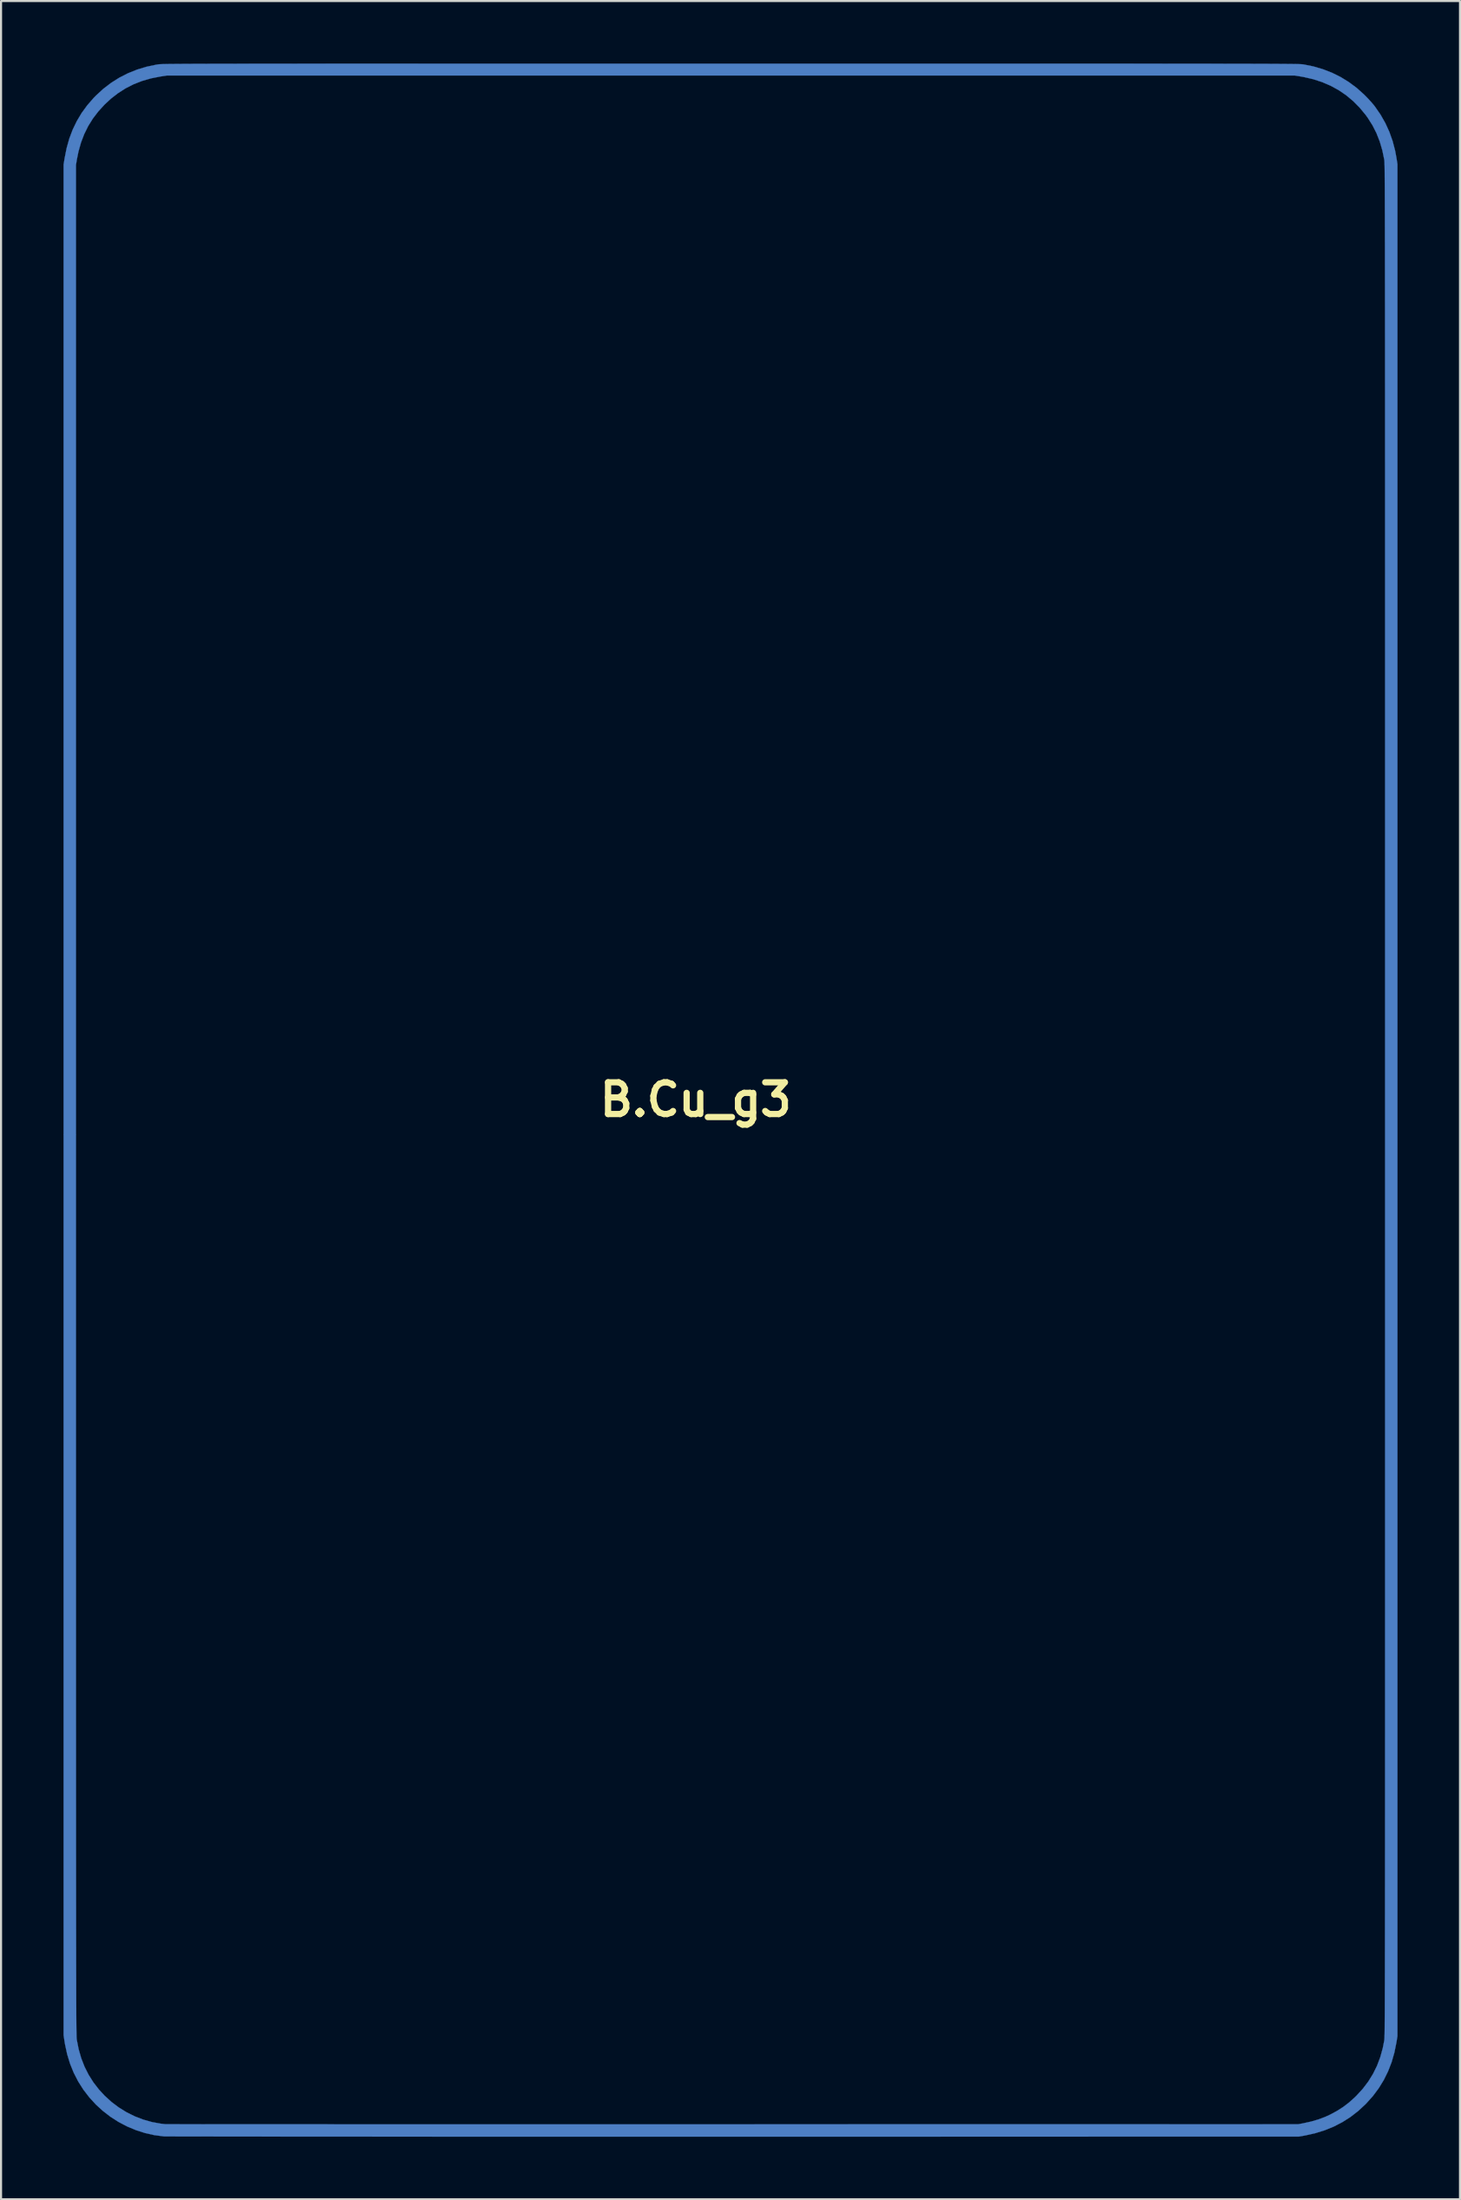
<source format=kicad_pcb>
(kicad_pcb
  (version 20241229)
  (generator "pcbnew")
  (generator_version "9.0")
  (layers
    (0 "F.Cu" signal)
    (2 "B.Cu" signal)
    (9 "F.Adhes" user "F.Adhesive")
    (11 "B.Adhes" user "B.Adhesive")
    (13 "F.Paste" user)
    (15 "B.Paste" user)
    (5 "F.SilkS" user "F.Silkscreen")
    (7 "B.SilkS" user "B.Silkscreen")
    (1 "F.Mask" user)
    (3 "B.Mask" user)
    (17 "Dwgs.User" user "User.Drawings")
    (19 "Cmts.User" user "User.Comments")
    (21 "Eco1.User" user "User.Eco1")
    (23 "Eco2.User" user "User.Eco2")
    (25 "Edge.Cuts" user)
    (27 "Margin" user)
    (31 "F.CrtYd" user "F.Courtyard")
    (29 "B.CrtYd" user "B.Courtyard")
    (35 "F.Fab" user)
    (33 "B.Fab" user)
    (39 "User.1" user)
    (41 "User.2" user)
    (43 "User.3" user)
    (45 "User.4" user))
  (footprint "B.Cu_g3"
    (layer "F.Cu")
    (at 30.369 49.757)
    (property "Reference" "B.Cu_g3" (at 0 0 0) (layer "F.SilkS") (effects (font (size 1.524 1.524) (thickness 0.3))))
    (attr through_hole)
    (fp_poly (pts (xy 2.979 -49.752) (xy 4.233 -49.752) (xy 5.446 -49.752) (xy 6.619 -49.752) (xy 7.752 -49.752) (xy 8.847 -49.752) (xy 9.903 -49.752) (xy 10.922 -49.752) (xy 11.904 -49.752) (xy 12.849 -49.752) (xy 13.76 -49.752) (xy 14.635 -49.752) (xy 15.476 -49.752) (xy 16.284 -49.752) (xy 17.059 -49.751) (xy 17.803 -49.751) (xy 18.514 -49.751) (xy 19.196 -49.751) (xy 19.847 -49.751) (xy 20.468 -49.751) (xy 21.062 -49.75) (xy 21.627 -49.75) (xy 22.165 -49.75) (xy 22.677 -49.749) (xy 23.162 -49.749) (xy 23.623 -49.749) (xy 24.059 -49.748) (xy 24.471 -49.748) (xy 24.86 -49.747) (xy 25.226 -49.747) (xy 25.571 -49.746) (xy 25.895 -49.746) (xy 26.198 -49.745) (xy 26.482 -49.745) (xy 26.746 -49.744) (xy 26.993 -49.743) (xy 27.221 -49.743) (xy 27.433 -49.742) (xy 27.629 -49.741) (xy 27.808 -49.74) (xy 27.973 -49.739) (xy 28.124 -49.738) (xy 28.261 -49.737) (xy 28.386 -49.736) (xy 28.498 -49.735) (xy 28.599 -49.734) (xy 28.689 -49.733) (xy 28.769 -49.732) (xy 28.839 -49.731) (xy 28.901 -49.729) (xy 28.955 -49.728) (xy 29.001 -49.727) (xy 29.041 -49.725) (xy 29.075 -49.724) (xy 29.103 -49.722) (xy 29.127 -49.72) (xy 29.147 -49.719) (xy 29.164 -49.717) (xy 29.178 -49.715) (xy 29.189 -49.714) (xy 29.667 -49.618) (xy 30.126 -49.484) (xy 30.563 -49.314) (xy 30.981 -49.107) (xy 31.377 -48.863) (xy 31.753 -48.583) (xy 32.107 -48.265) (xy 32.164 -48.209) (xy 32.27 -48.1) (xy 32.378 -47.983) (xy 32.481 -47.868) (xy 32.569 -47.765) (xy 32.622 -47.697) (xy 32.893 -47.306) (xy 33.125 -46.899) (xy 33.319 -46.475) (xy 33.476 -46.032) (xy 33.597 -45.569) (xy 33.659 -45.233) (xy 33.708 -44.926) (xy 33.708 44.969) (xy 33.658 45.276) (xy 33.561 45.758) (xy 33.428 46.219) (xy 33.258 46.657) (xy 33.053 47.073) (xy 32.811 47.468) (xy 32.533 47.841) (xy 32.218 48.194) (xy 32.163 48.25) (xy 31.817 48.569) (xy 31.452 48.851) (xy 31.066 49.097) (xy 30.659 49.308) (xy 30.229 49.484) (xy 29.775 49.626) (xy 29.295 49.735) (xy 29.225 49.748) (xy 28.967 49.794) (xy 1.799 49.796) (xy 0.726 49.797) (xy -0.337 49.797) (xy -1.389 49.797) (xy -2.43 49.797) (xy -3.458 49.797) (xy -4.474 49.797) (xy -5.475 49.797) (xy -6.462 49.797) (xy -7.433 49.796) (xy -8.388 49.796) (xy -9.325 49.796) (xy -10.245 49.796) (xy -11.146 49.796) (xy -12.028 49.796) (xy -12.889 49.795) (xy -13.729 49.795) (xy -14.547 49.795) (xy -15.343 49.795) (xy -16.115 49.794) (xy -16.862 49.794) (xy -17.585 49.794) (xy -18.281 49.793) (xy -18.951 49.793) (xy -19.594 49.793) (xy -20.208 49.792) (xy -20.793 49.792) (xy -21.348 49.791) (xy -21.873 49.791) (xy -22.366 49.79) (xy -22.827 49.79) (xy -23.255 49.789) (xy -23.648 49.789) (xy -24.007 49.788) (xy -24.331 49.788) (xy -24.619 49.787) (xy -24.869 49.787) (xy -25.081 49.786) (xy -25.255 49.786) (xy -25.389 49.785) (xy -25.483 49.784) (xy -25.536 49.784) (xy -25.548 49.783) (xy -26.007 49.723) (xy -26.458 49.621) (xy -26.897 49.48) (xy -27.324 49.301) (xy -27.733 49.085) (xy -28.124 48.834) (xy -28.492 48.548) (xy -28.808 48.259) (xy -29.129 47.909) (xy -29.415 47.537) (xy -29.664 47.144) (xy -29.877 46.729) (xy -30.054 46.293) (xy -30.193 45.836) (xy -30.296 45.359) (xy -30.315 45.244) (xy -30.364 44.926) (xy -30.364 -44.884) (xy -29.771 -44.884) (xy -29.771 1.668) (xy -29.771 3.294) (xy -29.771 4.879) (xy -29.771 6.424) (xy -29.771 7.928) (xy -29.771 9.392) (xy -29.771 10.818) (xy -29.771 12.204) (xy -29.771 13.553) (xy -29.771 14.864) (xy -29.771 16.138) (xy -29.771 17.376) (xy -29.771 18.577) (xy -29.771 19.744) (xy -29.771 20.875) (xy -29.77 21.972) (xy -29.77 23.035) (xy -29.77 24.065) (xy -29.77 25.063) (xy -29.77 26.028) (xy -29.77 26.961) (xy -29.77 27.863) (xy -29.77 28.735) (xy -29.77 29.577) (xy -29.769 30.389) (xy -29.769 31.172) (xy -29.769 31.926) (xy -29.769 32.653) (xy -29.769 33.352) (xy -29.768 34.024) (xy -29.768 34.67) (xy -29.768 35.291) (xy -29.768 35.885) (xy -29.767 36.456) (xy -29.767 37.002) (xy -29.767 37.524) (xy -29.766 38.023) (xy -29.766 38.5) (xy -29.765 38.954) (xy -29.765 39.387) (xy -29.765 39.799) (xy -29.764 40.19) (xy -29.764 40.562) (xy -29.763 40.914) (xy -29.763 41.247) (xy -29.762 41.562) (xy -29.762 41.859) (xy -29.761 42.139) (xy -29.76 42.402) (xy -29.76 42.649) (xy -29.759 42.88) (xy -29.759 43.096) (xy -29.758 43.298) (xy -29.757 43.485) (xy -29.756 43.659) (xy -29.756 43.82) (xy -29.755 43.968) (xy -29.754 44.104) (xy -29.753 44.229) (xy -29.752 44.343) (xy -29.751 44.447) (xy -29.75 44.541) (xy -29.749 44.625) (xy -29.748 44.701) (xy -29.747 44.769) (xy -29.746 44.829) (xy -29.745 44.882) (xy -29.744 44.928) (xy -29.743 44.968) (xy -29.742 45.003) (xy -29.74 45.032) (xy -29.739 45.058) (xy -29.738 45.079) (xy -29.737 45.096) (xy -29.735 45.111) (xy -29.734 45.124) (xy -29.732 45.135) (xy -29.732 45.138) (xy -29.642 45.595) (xy -29.518 46.028) (xy -29.358 46.438) (xy -29.162 46.826) (xy -28.93 47.193) (xy -28.662 47.539) (xy -28.396 47.827) (xy -28.066 48.128) (xy -27.712 48.395) (xy -27.338 48.626) (xy -26.945 48.821) (xy -26.537 48.978) (xy -26.115 49.097) (xy -25.682 49.175) (xy -25.474 49.198) (xy -25.45 49.198) (xy -25.384 49.199) (xy -25.277 49.199) (xy -25.13 49.199) (xy -24.945 49.199) (xy -24.721 49.2) (xy -24.459 49.2) (xy -24.16 49.2) (xy -23.826 49.2) (xy -23.456 49.201) (xy -23.052 49.201) (xy -22.615 49.201) (xy -22.144 49.201) (xy -21.642 49.201) (xy -21.108 49.202) (xy -20.544 49.202) (xy -19.95 49.202) (xy -19.328 49.202) (xy -18.677 49.202) (xy -17.999 49.202) (xy -17.295 49.203) (xy -16.565 49.203) (xy -15.81 49.203) (xy -15.032 49.203) (xy -14.229 49.203) (xy -13.405 49.203) (xy -12.559 49.203) (xy -11.691 49.203) (xy -10.804 49.203) (xy -9.898 49.203) (xy -8.973 49.203) (xy -8.03 49.203) (xy -7.07 49.203) (xy -6.094 49.203) (xy -5.103 49.203) (xy -4.098 49.203) (xy -3.078 49.203) (xy -2.046 49.203) (xy -1.001 49.203) (xy 0.055 49.203) (xy 1.121 49.203) (xy 1.778 49.203) (xy 28.945 49.2) (xy 29.178 49.156) (xy 29.562 49.071) (xy 29.913 48.969) (xy 30.238 48.847) (xy 30.469 48.741) (xy 30.799 48.564) (xy 31.099 48.373) (xy 31.38 48.159) (xy 31.653 47.914) (xy 31.741 47.828) (xy 32.044 47.497) (xy 32.309 47.148) (xy 32.537 46.778) (xy 32.729 46.389) (xy 32.884 45.977) (xy 33.004 45.543) (xy 33.077 45.17) (xy 33.078 45.16) (xy 33.079 45.148) (xy 33.081 45.134) (xy 33.082 45.117) (xy 33.083 45.096) (xy 33.085 45.071) (xy 33.086 45.042) (xy 33.087 45.008) (xy 33.088 44.968) (xy 33.089 44.922) (xy 33.091 44.869) (xy 33.092 44.809) (xy 33.093 44.742) (xy 33.094 44.666) (xy 33.095 44.581) (xy 33.096 44.487) (xy 33.096 44.383) (xy 33.097 44.269) (xy 33.098 44.143) (xy 33.099 44.007) (xy 33.1 43.858) (xy 33.101 43.697) (xy 33.101 43.522) (xy 33.102 43.334) (xy 33.103 43.132) (xy 33.103 42.915) (xy 33.104 42.684) (xy 33.105 42.436) (xy 33.105 42.172) (xy 33.106 41.891) (xy 33.106 41.593) (xy 33.107 41.277) (xy 33.107 40.943) (xy 33.108 40.59) (xy 33.108 40.217) (xy 33.109 39.825) (xy 33.109 39.411) (xy 33.11 38.977) (xy 33.11 38.521) (xy 33.11 38.043) (xy 33.111 37.543) (xy 33.111 37.019) (xy 33.111 36.472) (xy 33.112 35.9) (xy 33.112 35.303) (xy 33.112 34.682) (xy 33.113 34.034) (xy 33.113 33.36) (xy 33.113 32.659) (xy 33.113 31.931) (xy 33.113 31.174) (xy 33.114 30.389) (xy 33.114 29.575) (xy 33.114 28.732) (xy 33.114 27.858) (xy 33.114 26.954) (xy 33.114 26.019) (xy 33.114 25.052) (xy 33.115 24.052) (xy 33.115 23.02) (xy 33.115 21.955) (xy 33.115 20.855) (xy 33.115 19.722) (xy 33.115 18.553) (xy 33.115 17.349) (xy 33.115 16.109) (xy 33.115 14.833) (xy 33.115 13.52) (xy 33.115 12.169) (xy 33.115 10.78) (xy 33.115 9.352) (xy 33.115 7.885) (xy 33.115 6.378) (xy 33.115 4.832) (xy 33.115 3.244) (xy 33.115 1.615) (xy 33.115 0.011) (xy 33.115 -1.658) (xy 33.115 -3.285) (xy 33.115 -4.871) (xy 33.115 -6.416) (xy 33.115 -7.921) (xy 33.115 -9.386) (xy 33.115 -10.812) (xy 33.115 -12.199) (xy 33.115 -13.549) (xy 33.115 -14.86) (xy 33.115 -16.135) (xy 33.115 -17.373) (xy 33.115 -18.576) (xy 33.115 -19.743) (xy 33.115 -20.875) (xy 33.115 -21.973) (xy 33.115 -23.036) (xy 33.115 -24.067) (xy 33.115 -25.065) (xy 33.114 -26.031) (xy 33.114 -26.965) (xy 33.114 -27.867) (xy 33.114 -28.74) (xy 33.114 -29.582) (xy 33.114 -30.394) (xy 33.113 -31.178) (xy 33.113 -31.933) (xy 33.113 -32.66) (xy 33.113 -33.36) (xy 33.113 -34.033) (xy 33.112 -34.679) (xy 33.112 -35.3) (xy 33.112 -35.895) (xy 33.112 -36.466) (xy 33.111 -37.012) (xy 33.111 -37.535) (xy 33.111 -38.034) (xy 33.11 -38.511) (xy 33.11 -38.966) (xy 33.109 -39.399) (xy 33.109 -39.811) (xy 33.108 -40.203) (xy 33.108 -40.575) (xy 33.108 -40.927) (xy 33.107 -41.26) (xy 33.106 -41.575) (xy 33.106 -41.873) (xy 33.105 -42.152) (xy 33.105 -42.415) (xy 33.104 -42.662) (xy 33.103 -42.894) (xy 33.103 -43.11) (xy 33.102 -43.311) (xy 33.101 -43.498) (xy 33.101 -43.672) (xy 33.1 -43.832) (xy 33.099 -43.981) (xy 33.098 -44.117) (xy 33.097 -44.241) (xy 33.096 -44.355) (xy 33.096 -44.459) (xy 33.095 -44.552) (xy 33.094 -44.636) (xy 33.093 -44.712) (xy 33.092 -44.779) (xy 33.091 -44.839) (xy 33.089 -44.891) (xy 33.088 -44.937) (xy 33.087 -44.976) (xy 33.086 -45.01) (xy 33.085 -45.039) (xy 33.083 -45.063) (xy 33.082 -45.084) (xy 33.081 -45.101) (xy 33.08 -45.115) (xy 33.078 -45.126) (xy 33.077 -45.136) (xy 33.076 -45.138) (xy 32.983 -45.588) (xy 32.859 -46.011) (xy 32.702 -46.41) (xy 32.511 -46.787) (xy 32.286 -47.144) (xy 32.183 -47.287) (xy 31.893 -47.638) (xy 31.581 -47.953) (xy 31.244 -48.234) (xy 30.884 -48.479) (xy 30.5 -48.689) (xy 30.093 -48.864) (xy 29.662 -49.004) (xy 29.207 -49.109) (xy 29.068 -49.133) (xy 28.776 -49.181) (xy -25.411 -49.181) (xy -25.714 -49.133) (xy -26.166 -49.044) (xy -26.594 -48.921) (xy -26.999 -48.762) (xy -27.383 -48.567) (xy -27.747 -48.335) (xy -28.093 -48.067) (xy -28.396 -47.785) (xy -28.696 -47.457) (xy -28.959 -47.113) (xy -29.185 -46.749) (xy -29.374 -46.366) (xy -29.529 -45.96) (xy -29.65 -45.53) (xy -29.724 -45.166) (xy -29.771 -44.884) (xy -30.364 -44.884) (xy -30.364 -44.905) (xy -30.314 -45.212) (xy -30.218 -45.694) (xy -30.09 -46.151) (xy -29.927 -46.583) (xy -29.729 -46.992) (xy -29.497 -47.381) (xy -29.227 -47.751) (xy -28.921 -48.103) (xy -28.807 -48.219) (xy -28.457 -48.541) (xy -28.085 -48.826) (xy -27.691 -49.075) (xy -27.276 -49.287) (xy -26.841 -49.462) (xy -26.387 -49.6) (xy -25.915 -49.7) (xy -25.834 -49.713) (xy -25.821 -49.715) (xy -25.806 -49.717) (xy -25.789 -49.719) (xy -25.769 -49.72) (xy -25.746 -49.722) (xy -25.717 -49.723) (xy -25.684 -49.725) (xy -25.645 -49.726) (xy -25.599 -49.728) (xy -25.546 -49.729) (xy -25.486 -49.73) (xy -25.416 -49.732) (xy -25.338 -49.733) (xy -25.249 -49.734) (xy -25.15 -49.735) (xy -25.04 -49.736) (xy -24.918 -49.737) (xy -24.782 -49.738) (xy -24.634 -49.739) (xy -24.472 -49.74) (xy -24.294 -49.741) (xy -24.102 -49.742) (xy -23.893 -49.742) (xy -23.667 -49.743) (xy -23.424 -49.744) (xy -23.163 -49.745) (xy -22.883 -49.745) (xy -22.583 -49.746) (xy -22.263 -49.746) (xy -21.923 -49.747) (xy -21.56 -49.747) (xy -21.176 -49.748) (xy -20.768 -49.748) (xy -20.337 -49.749) (xy -19.881 -49.749) (xy -19.4 -49.749) (xy -18.894 -49.75) (xy -18.361 -49.75) (xy -17.801 -49.75) (xy -17.213 -49.751) (xy -16.597 -49.751) (xy -15.952 -49.751) (xy -15.276 -49.751) (xy -14.571 -49.751) (xy -13.834 -49.751) (xy -13.065 -49.752) (xy -12.263 -49.752) (xy -11.429 -49.752) (xy -10.56 -49.752) (xy -9.657 -49.752) (xy -8.718 -49.752) (xy -7.743 -49.752) (xy -6.732 -49.752) (xy -5.683 -49.752) (xy -4.596 -49.752) (xy -3.471 -49.752) (xy -2.305 -49.752) (xy -1.1 -49.752) (xy 0.146 -49.752) (xy 1.434 -49.752) (xy 1.683 -49.752) (xy 2.979 -49.752)) (stroke (width 0.01) (type solid)) (fill yes) (layer "B.Cu")))
  (gr_rect
    (start -3 -3)
    (end 67.082 102.559)
    (stroke (width 0.1) (type default))
    (fill no)
    (layer "Edge.Cuts")))
</source>
